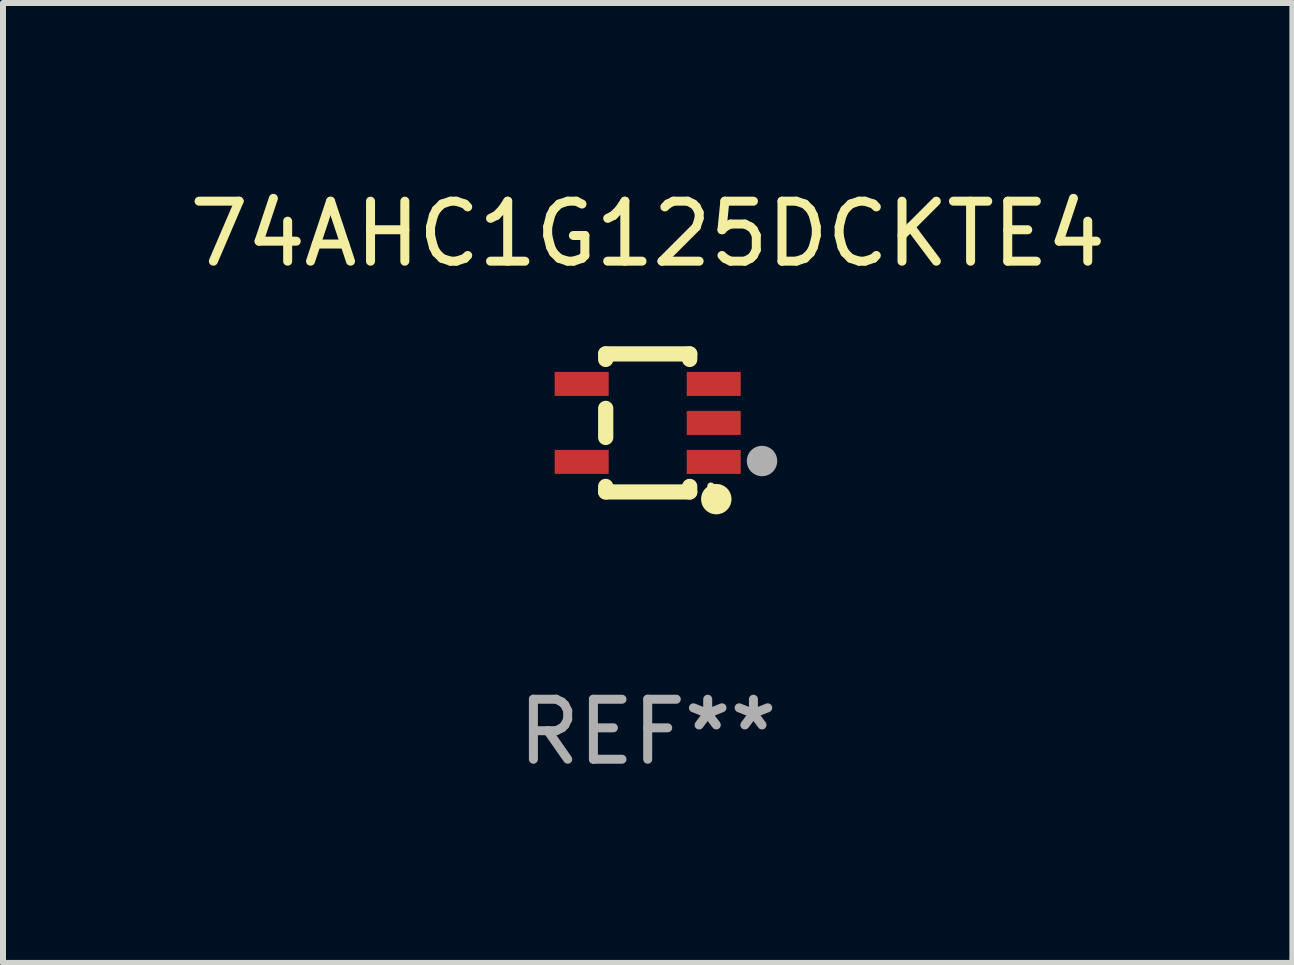
<source format=kicad_pcb>
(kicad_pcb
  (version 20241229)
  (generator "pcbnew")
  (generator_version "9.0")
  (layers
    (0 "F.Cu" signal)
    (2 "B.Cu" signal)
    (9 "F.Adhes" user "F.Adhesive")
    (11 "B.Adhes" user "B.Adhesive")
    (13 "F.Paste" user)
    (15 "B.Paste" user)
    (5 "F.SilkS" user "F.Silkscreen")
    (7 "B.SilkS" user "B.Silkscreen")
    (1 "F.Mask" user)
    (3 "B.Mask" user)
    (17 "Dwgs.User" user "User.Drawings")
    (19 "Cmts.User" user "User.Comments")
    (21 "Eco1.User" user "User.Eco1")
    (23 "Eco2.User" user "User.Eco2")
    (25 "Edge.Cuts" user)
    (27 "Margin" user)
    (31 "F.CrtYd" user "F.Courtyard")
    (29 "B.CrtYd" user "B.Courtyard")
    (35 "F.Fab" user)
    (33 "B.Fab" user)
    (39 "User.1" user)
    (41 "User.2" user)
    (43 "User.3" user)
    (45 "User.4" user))
  (footprint "74AHC1G125DCKTE4"
    (layer "F.Cu")
    (at 7.744 3.998)
    (property "Reference" "74AHC1G125DCKTE4" (at 0 -3.15 0) (layer "F.SilkS") (effects (font (size 1 1) (thickness 0.15))))
    (attr through_hole)
    (fp_line (start -0.7 -1.15) (end 0.7 -1.15) (stroke (width 0.254) (type solid)) (layer "F.SilkS"))
    (fp_line (start -0.7 -1.058) (end -0.7 -1.15) (stroke (width 0.254) (type solid)) (layer "F.SilkS"))
    (fp_line (start -0.7 0.242) (end -0.7 -0.242) (stroke (width 0.254) (type solid)) (layer "F.SilkS"))
    (fp_line (start -0.7 1.15) (end -0.7 1.058) (stroke (width 0.254) (type solid)) (layer "F.SilkS"))
    (fp_line (start -0.7 1.15) (end 0.7 1.15) (stroke (width 0.254) (type solid)) (layer "F.SilkS"))
    (fp_line (start 0.7 -1.058) (end 0.7 -1.15) (stroke (width 0.254) (type solid)) (layer "F.SilkS"))
    (fp_line (start 0.7 1.15) (end 0.7 1.058) (stroke (width 0.254) (type solid)) (layer "F.SilkS"))
    (fp_circle (center 1.053 1.052) (end 1.083 1.052) (stroke (width 0.06) (type solid)) (fill no) (layer "F.SilkS"))
    (fp_circle (center 1.143 1.27) (end 1.27 1.27) (stroke (width 0.254) (type solid)) (fill no) (layer "F.SilkS"))
    (fp_circle (center 1.905 0.635) (end 2.032 0.635) (stroke (width 0.254) (type solid)) (fill no) (layer "F.Fab"))
    (fp_text user "REF**" (at 0 5.15 0) (layer "F.Fab") (effects (font (size 1 1) (thickness 0.15))))
    (pad "1" smd rect (at 1.1 0.65 90) (size 0.4 0.9) (layers "F.Cu" "F.Mask" "F.Paste"))
    (pad "2" smd rect (at 1.1 0.000076 90) (size 0.4 0.9) (layers "F.Cu" "F.Mask" "F.Paste"))
    (pad "3" smd rect (at 1.1 -0.65 90) (size 0.4 0.9) (layers "F.Cu" "F.Mask" "F.Paste"))
    (pad "4" smd rect (at -1.1 -0.65 90) (size 0.4 0.9) (layers "F.Cu" "F.Mask" "F.Paste"))
    (pad "5" smd rect (at -1.1 0.65 90) (size 0.4 0.9) (layers "F.Cu" "F.Mask" "F.Paste")))
  (gr_rect
    (start -3 -3)
    (end 18.488 12.997)
    (stroke (width 0.1) (type default))
    (fill no)
    (layer "Edge.Cuts")))
</source>
